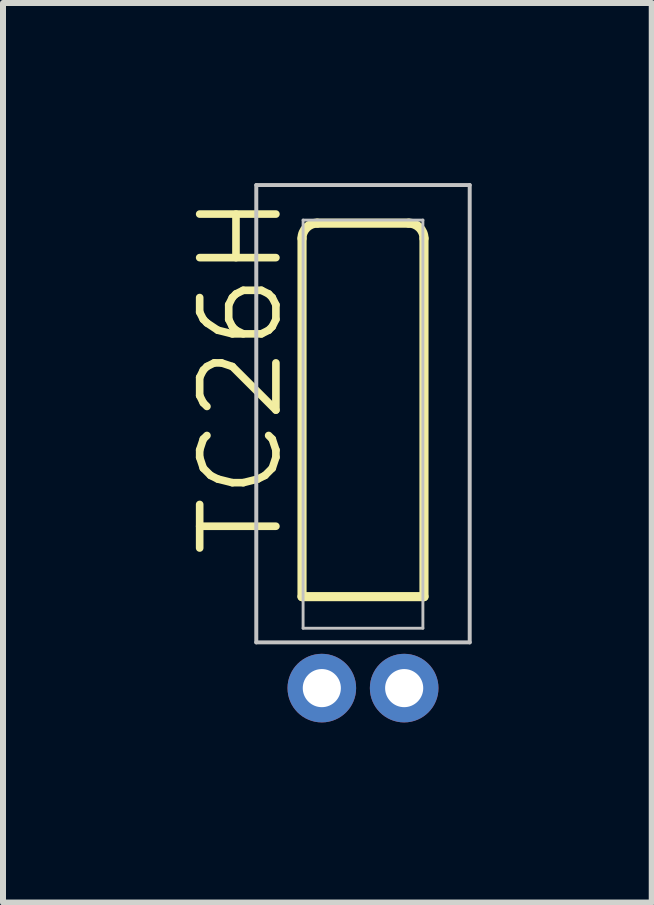
<source format=kicad_pcb>
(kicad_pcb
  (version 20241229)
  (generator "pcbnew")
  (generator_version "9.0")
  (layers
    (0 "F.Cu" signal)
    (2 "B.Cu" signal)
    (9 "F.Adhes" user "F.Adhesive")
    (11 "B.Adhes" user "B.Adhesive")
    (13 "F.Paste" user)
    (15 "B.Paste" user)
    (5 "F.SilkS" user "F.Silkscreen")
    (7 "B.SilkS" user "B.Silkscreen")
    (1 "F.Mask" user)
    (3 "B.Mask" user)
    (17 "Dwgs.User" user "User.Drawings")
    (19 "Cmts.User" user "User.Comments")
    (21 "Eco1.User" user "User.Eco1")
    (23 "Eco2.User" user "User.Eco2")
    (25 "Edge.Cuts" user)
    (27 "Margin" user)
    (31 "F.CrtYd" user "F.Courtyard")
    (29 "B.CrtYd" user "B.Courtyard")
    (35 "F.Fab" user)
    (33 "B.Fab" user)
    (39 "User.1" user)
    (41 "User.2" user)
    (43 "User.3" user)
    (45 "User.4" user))
  (footprint "TC26H"
    (layer "F.Cu")
    (at 2.998 8.415)
    (property "Reference" "TC26H" (at -2.032 -5.207 90) (layer "F.SilkS") (effects (font (size 1.27 1.27) (thickness 0.127))))
    (attr exclude_from_pos_files exclude_from_bom)
    (fp_line (start -1.016 -1.524) (end -1.016 -7.493) (stroke (width 0.152) (type solid)) (layer "F.SilkS"))
    (fp_line (start -0.762 -7.747) (end 0.762 -7.747) (stroke (width 0.152) (type solid)) (layer "F.SilkS"))
    (fp_line (start 1.016 -1.524) (end -1.016 -1.524) (stroke (width 0.152) (type solid)) (layer "F.SilkS"))
    (fp_line (start 1.016 -1.524) (end 1.016 -7.493) (stroke (width 0.152) (type solid)) (layer "F.SilkS"))
    (fp_arc (start -1.016 -7.493) (mid -0.941605 -7.672605) (end -0.762 -7.747) (stroke (width 0.1524) (type solid)) (layer "F.SilkS"))
    (fp_arc (start 0.762 -7.747) (mid 0.941605 -7.672605) (end 1.016 -7.493) (stroke (width 0.1524) (type solid)) (layer "F.SilkS"))
    (fp_line (start -1.778 -8.382) (end 1.778 -8.382) (stroke (width 0.066) (type solid)) (layer "Dwgs.User"))
    (fp_line (start -1.778 -0.762) (end -1.778 -8.382) (stroke (width 0.066) (type solid)) (layer "Dwgs.User"))
    (fp_line (start -1.778 -0.762) (end 1.778 -0.762) (stroke (width 0.066) (type solid)) (layer "Dwgs.User"))
    (fp_line (start -0.998 -7.798) (end -0.998 -0.998) (stroke (width 0.048) (type solid)) (layer "Dwgs.User"))
    (fp_line (start -0.998 -0.998) (end 0.998 -0.998) (stroke (width 0.048) (type solid)) (layer "Dwgs.User"))
    (fp_line (start 0.998 -7.798) (end -0.998 -7.798) (stroke (width 0.048) (type solid)) (layer "Dwgs.User"))
    (fp_line (start 0.998 -0.998) (end 0.998 -7.798) (stroke (width 0.048) (type solid)) (layer "Dwgs.User"))
    (fp_line (start 1.778 -0.762) (end 1.778 -8.382) (stroke (width 0.066) (type solid)) (layer "Dwgs.User"))
    (pad "1" thru_hole circle (at -0.686 0) (size 1.143 1.143) (drill 0.635) (layers "*.Cu" "*.Paste" "*.Mask"))
    (pad "2" thru_hole circle (at 0.686 0) (size 1.143 1.143) (drill 0.635) (layers "*.Cu" "*.Paste" "*.Mask")))
  (gr_rect
    (start -3 -3)
    (end 7.809 11.987)
    (stroke (width 0.1) (type default))
    (fill no)
    (layer "Edge.Cuts")))
</source>
